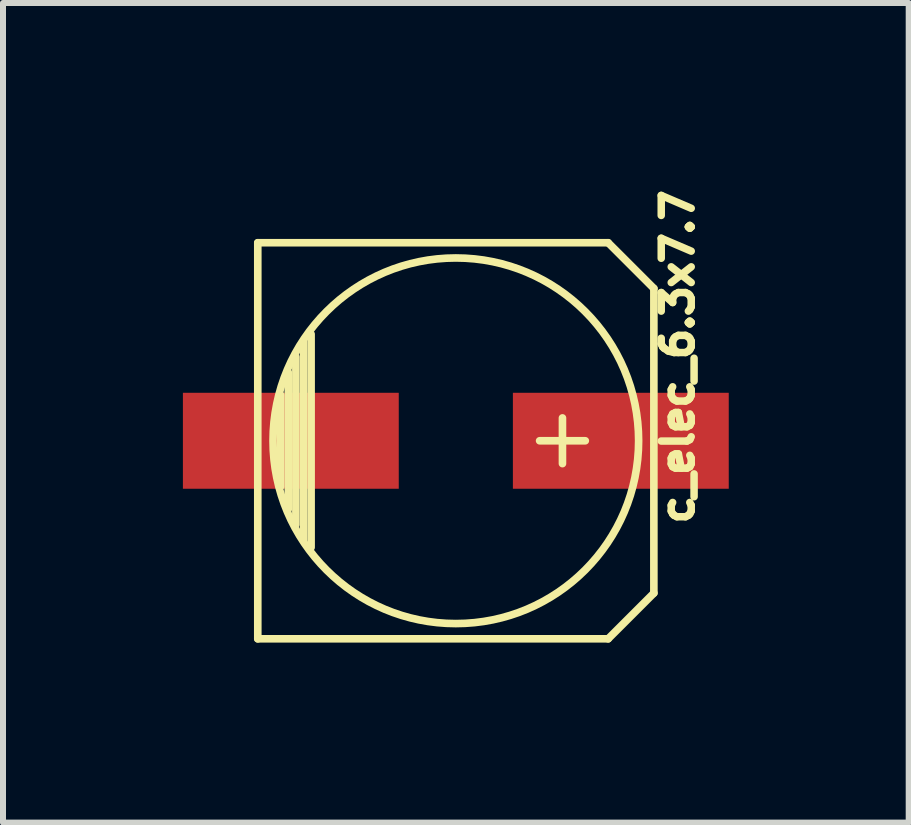
<source format=kicad_pcb>
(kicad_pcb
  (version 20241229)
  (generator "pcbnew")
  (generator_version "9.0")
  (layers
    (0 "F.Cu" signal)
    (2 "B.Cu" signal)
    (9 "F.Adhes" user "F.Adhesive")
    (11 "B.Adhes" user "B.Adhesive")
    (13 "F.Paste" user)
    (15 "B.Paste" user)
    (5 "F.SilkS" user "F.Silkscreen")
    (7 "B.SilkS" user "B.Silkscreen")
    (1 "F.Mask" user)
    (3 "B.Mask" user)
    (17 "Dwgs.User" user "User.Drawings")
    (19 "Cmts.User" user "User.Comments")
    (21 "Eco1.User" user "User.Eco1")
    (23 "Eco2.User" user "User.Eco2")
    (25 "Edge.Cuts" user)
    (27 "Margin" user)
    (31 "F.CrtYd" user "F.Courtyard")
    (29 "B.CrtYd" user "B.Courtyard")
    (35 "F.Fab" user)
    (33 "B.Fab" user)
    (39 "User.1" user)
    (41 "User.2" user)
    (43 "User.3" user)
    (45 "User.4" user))
  (footprint "c_elec_6.3x7.7"
    (layer "F.Cu")
    (at 4.55 4.299)
    (property "Reference" "c_elec_6.3x7.7" (at 3.7 -1.4 90) (layer "F.SilkS") (effects (font (size 0.5 0.5) (thickness 0.125))))
    (attr through_hole)
    (fp_line (start -3.302 -3.302) (end -3.302 3.302) (stroke (width 0.127) (type solid)) (layer "F.SilkS"))
    (fp_line (start -3.302 3.302) (end 2.54 3.302) (stroke (width 0.127) (type solid)) (layer "F.SilkS"))
    (fp_line (start -2.921 -0.762) (end -2.921 0.762) (stroke (width 0.127) (type solid)) (layer "F.SilkS"))
    (fp_line (start -2.794 1.143) (end -2.794 -1.143) (stroke (width 0.127) (type solid)) (layer "F.SilkS"))
    (fp_line (start -2.667 -1.397) (end -2.667 1.397) (stroke (width 0.127) (type solid)) (layer "F.SilkS"))
    (fp_line (start -2.54 1.651) (end -2.54 -1.651) (stroke (width 0.127) (type solid)) (layer "F.SilkS"))
    (fp_line (start -2.413 -1.778) (end -2.413 1.778) (stroke (width 0.127) (type solid)) (layer "F.SilkS"))
    (fp_line (start 1.778 -0.381) (end 1.778 0.381) (stroke (width 0.127) (type solid)) (layer "F.SilkS"))
    (fp_line (start 2.159 0) (end 1.397 0) (stroke (width 0.127) (type solid)) (layer "F.SilkS"))
    (fp_line (start 2.54 -3.302) (end -3.302 -3.302) (stroke (width 0.127) (type solid)) (layer "F.SilkS"))
    (fp_line (start 2.54 3.302) (end 3.302 2.54) (stroke (width 0.127) (type solid)) (layer "F.SilkS"))
    (fp_line (start 3.302 -2.54) (end 2.54 -3.302) (stroke (width 0.127) (type solid)) (layer "F.SilkS"))
    (fp_line (start 3.302 2.54) (end 3.302 -2.54) (stroke (width 0.127) (type solid)) (layer "F.SilkS"))
    (fp_circle (center 0 0) (end -3.048 0) (stroke (width 0.127) (type solid)) (fill no) (layer "F.SilkS"))
    (pad "1" smd rect (at 2.751 0) (size 3.599 1.6) (layers "F.Cu" "F.Mask" "F.Paste"))
    (pad "2" smd rect (at -2.751 0) (size 3.599 1.6) (layers "F.Cu" "F.Mask" "F.Paste")))
  (gr_rect
    (start -3 -3)
    (end 12.101 10.665)
    (stroke (width 0.1) (type default))
    (fill no)
    (layer "Edge.Cuts")))
</source>
